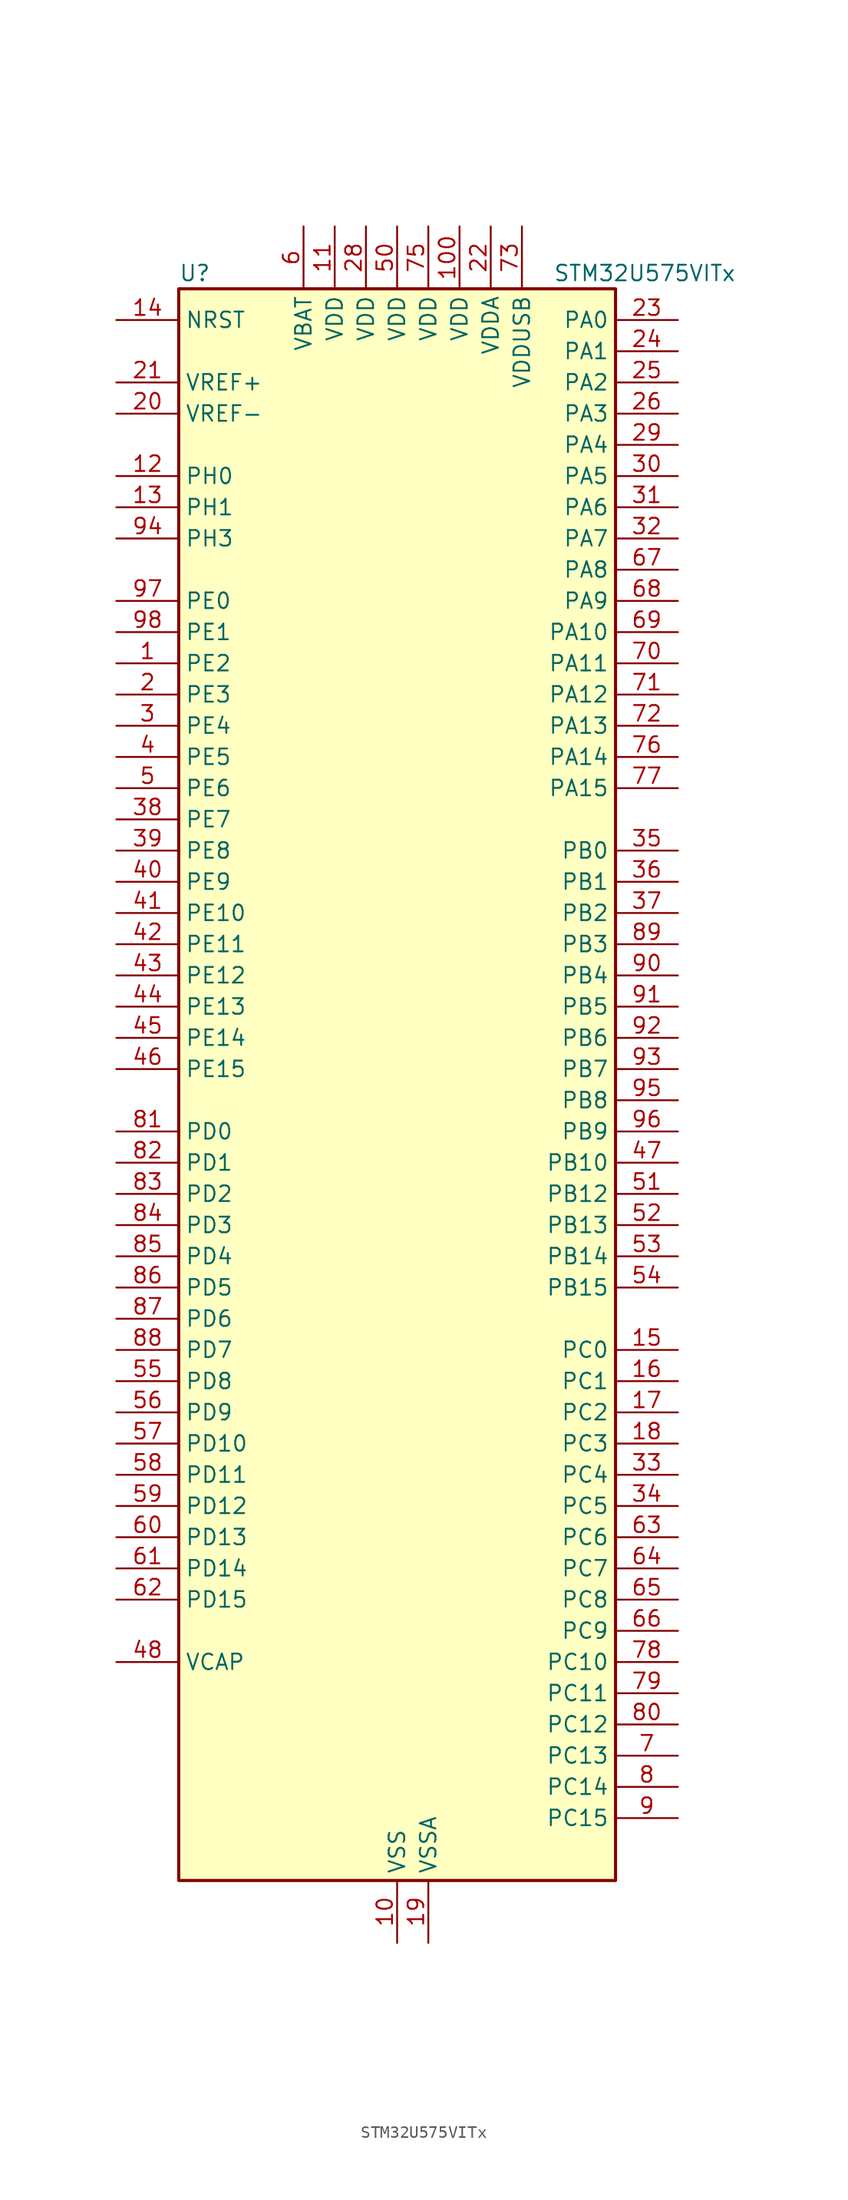
<source format=kicad_sym>
(kicad_symbol_lib
  (version 20220914)
  (generator kicad_symbol_editor)
  (symbol "STM32U575VITx"
    (property "Reference" "U"
      (at -17.78 67.31 0)
      (effects (font (size 1.27 1.27)) (justify left)))
    (property "Value" "STM32U575VITx"
      (at 12.7 67.31 0)
      (effects (font (size 1.27 1.27)) (justify left)))
    (property "ki_locked" ""
      (at 0 0 0)
      (effects (font (size 1.27 1.27))))
    (symbol "STM32U575VITx_0_1"
      (rectangle (start -17.78 -63.5) (end 17.78 66.04) (stroke (width 0.254) (type default)) (fill (type background))))
    (symbol "STM32U575VITx_1_1"
      (pin bidirectional line (at -22.86 35.56 0) (length 5.08) (name "PE2" (effects (font (size 1.27 1.27)))) (number "1" (effects (font (size 1.27 1.27)))) (alternate "DEBUG_TRACECLK" bidirectional line) (alternate "FMC_A23" bidirectional line) (alternate "SAI1_CK1" bidirectional line) (alternate "SAI1_MCLK_A" bidirectional line) (alternate "TIM3_ETR" bidirectional line) (alternate "TSC_G7_IO1" bidirectional line))
      (pin power_in line (at 0 -68.58 90) (length 5.08) (name "VSS" (effects (font (size 1.27 1.27)))) (number "10" (effects (font (size 1.27 1.27)))))
      (pin power_in line (at 5.08 71.12 270) (length 5.08) (name "VDD" (effects (font (size 1.27 1.27)))) (number "100" (effects (font (size 1.27 1.27)))))
      (pin power_in line (at -5.08 71.12 270) (length 5.08) (name "VDD" (effects (font (size 1.27 1.27)))) (number "11" (effects (font (size 1.27 1.27)))))
      (pin bidirectional line (at -22.86 50.8 0) (length 5.08) (name "PH0" (effects (font (size 1.27 1.27)))) (number "12" (effects (font (size 1.27 1.27)))) (alternate "RCC_OSC_IN" bidirectional line))
      (pin bidirectional line (at -22.86 48.26 0) (length 5.08) (name "PH1" (effects (font (size 1.27 1.27)))) (number "13" (effects (font (size 1.27 1.27)))) (alternate "RCC_OSC_OUT" bidirectional line))
      (pin input line (at -22.86 63.5 0) (length 5.08) (name "NRST" (effects (font (size 1.27 1.27)))) (number "14" (effects (font (size 1.27 1.27)))))
      (pin bidirectional line (at 22.86 -20.32 180) (length 5.08) (name "PC0" (effects (font (size 1.27 1.27)))) (number "15" (effects (font (size 1.27 1.27)))) (alternate "ADC1_IN1" bidirectional line) (alternate "ADC4_IN1" bidirectional line) (alternate "I2C3_SCL" bidirectional line) (alternate "LPTIM1_IN1" bidirectional line) (alternate "LPTIM2_IN1" bidirectional line) (alternate "LPUART1_RX" bidirectional line) (alternate "MDF1_SDI4" bidirectional line) (alternate "OCTOSPIM_P1_IO7" bidirectional line) (alternate "SAI2_FS_A" bidirectional line) (alternate "SDMMC1_D5" bidirectional line) (alternate "SPI2_RDY" bidirectional line))
      (pin bidirectional line (at 22.86 -22.86 180) (length 5.08) (name "PC1" (effects (font (size 1.27 1.27)))) (number "16" (effects (font (size 1.27 1.27)))) (alternate "ADC1_IN2" bidirectional line) (alternate "ADC4_IN2" bidirectional line) (alternate "DEBUG_TRACED0" bidirectional line) (alternate "I2C3_SDA" bidirectional line) (alternate "LPTIM1_CH1" bidirectional line) (alternate "LPUART1_TX" bidirectional line) (alternate "MDF1_CKI4" bidirectional line) (alternate "OCTOSPIM_P1_IO4" bidirectional line) (alternate "SAI1_SD_A" bidirectional line) (alternate "SDMMC2_CK" bidirectional line) (alternate "SPI2_MOSI" bidirectional line))
      (pin bidirectional line (at 22.86 -25.4 180) (length 5.08) (name "PC2" (effects (font (size 1.27 1.27)))) (number "17" (effects (font (size 1.27 1.27)))) (alternate "ADC1_IN3" bidirectional line) (alternate "ADC4_IN3" bidirectional line) (alternate "LPTIM1_IN2" bidirectional line) (alternate "MDF1_CCK1" bidirectional line) (alternate "OCTOSPIM_P1_IO5" bidirectional line) (alternate "SPI2_MISO" bidirectional line))
      (pin bidirectional line (at 22.86 -27.94 180) (length 5.08) (name "PC3" (effects (font (size 1.27 1.27)))) (number "18" (effects (font (size 1.27 1.27)))) (alternate "ADC1_IN4" bidirectional line) (alternate "ADC4_IN4" bidirectional line) (alternate "LPTIM1_ETR" bidirectional line) (alternate "LPTIM2_ETR" bidirectional line) (alternate "LPTIM3_CH1" bidirectional line) (alternate "OCTOSPIM_P1_IO6" bidirectional line) (alternate "SAI1_D1" bidirectional line) (alternate "SAI1_SD_A" bidirectional line) (alternate "SPI2_MOSI" bidirectional line))
      (pin power_in line (at 2.54 -68.58 90) (length 5.08) (name "VSSA" (effects (font (size 1.27 1.27)))) (number "19" (effects (font (size 1.27 1.27)))))
      (pin bidirectional line (at -22.86 33.02 0) (length 5.08) (name "PE3" (effects (font (size 1.27 1.27)))) (number "2" (effects (font (size 1.27 1.27)))) (alternate "DEBUG_TRACED0" bidirectional line) (alternate "FMC_A19" bidirectional line) (alternate "OCTOSPIM_P1_DQS" bidirectional line) (alternate "SAI1_SD_B" bidirectional line) (alternate "TAMP_IN6" bidirectional line) (alternate "TAMP_OUT3" bidirectional line) (alternate "TIM3_CH1" bidirectional line) (alternate "TSC_G7_IO2" bidirectional line))
      (pin input line (at -22.86 55.88 0) (length 5.08) (name "VREF-" (effects (font (size 1.27 1.27)))) (number "20" (effects (font (size 1.27 1.27)))))
      (pin input line (at -22.86 58.42 0) (length 5.08) (name "VREF+" (effects (font (size 1.27 1.27)))) (number "21" (effects (font (size 1.27 1.27)))) (alternate "VREFBUF_OUT" bidirectional line))
      (pin power_in line (at 7.62 71.12 270) (length 5.08) (name "VDDA" (effects (font (size 1.27 1.27)))) (number "22" (effects (font (size 1.27 1.27)))))
      (pin bidirectional line (at 22.86 63.5 180) (length 5.08) (name "PA0" (effects (font (size 1.27 1.27)))) (number "23" (effects (font (size 1.27 1.27)))) (alternate "ADC1_IN5" bidirectional line) (alternate "AUDIOCLK" bidirectional line) (alternate "OCTOSPIM_P2_NCS" bidirectional line) (alternate "OPAMP1_VINP" bidirectional line) (alternate "PWR_WKUP1" bidirectional line) (alternate "SDMMC2_CMD" bidirectional line) (alternate "SPI3_RDY" bidirectional line) (alternate "TAMP_IN2" bidirectional line) (alternate "TAMP_OUT1" bidirectional line) (alternate "TIM2_CH1" bidirectional line) (alternate "TIM2_ETR" bidirectional line) (alternate "TIM5_CH1" bidirectional line) (alternate "TIM8_ETR" bidirectional line) (alternate "UART4_TX" bidirectional line) (alternate "USART2_CTS" bidirectional line))
      (pin bidirectional line (at 22.86 60.96 180) (length 5.08) (name "PA1" (effects (font (size 1.27 1.27)))) (number "24" (effects (font (size 1.27 1.27)))) (alternate "ADC1_IN6" bidirectional line) (alternate "I2C1_SMBA" bidirectional line) (alternate "LPTIM1_CH2" bidirectional line) (alternate "OCTOSPIM_P1_DQS" bidirectional line) (alternate "OPAMP1_VINM" bidirectional line) (alternate "PWR_WKUP3" bidirectional line) (alternate "SPI1_SCK" bidirectional line) (alternate "TAMP_IN5" bidirectional line) (alternate "TAMP_OUT4" bidirectional line) (alternate "TIM15_CH1N" bidirectional line) (alternate "TIM2_CH2" bidirectional line) (alternate "TIM5_CH2" bidirectional line) (alternate "UART4_RX" bidirectional line) (alternate "USART2_DE" bidirectional line) (alternate "USART2_RTS" bidirectional line))
      (pin bidirectional line (at 22.86 58.42 180) (length 5.08) (name "PA2" (effects (font (size 1.27 1.27)))) (number "25" (effects (font (size 1.27 1.27)))) (alternate "ADC1_IN7" bidirectional line) (alternate "COMP1_INP" bidirectional line) (alternate "LPUART1_TX" bidirectional line) (alternate "OCTOSPIM_P1_NCS" bidirectional line) (alternate "PWR_WKUP4" bidirectional line) (alternate "RCC_LSCO" bidirectional line) (alternate "SPI1_RDY" bidirectional line) (alternate "TIM15_CH1" bidirectional line) (alternate "TIM2_CH3" bidirectional line) (alternate "TIM5_CH3" bidirectional line) (alternate "UCPD1_FRSTX1" bidirectional line) (alternate "USART2_TX" bidirectional line))
      (pin bidirectional line (at 22.86 55.88 180) (length 5.08) (name "PA3" (effects (font (size 1.27 1.27)))) (number "26" (effects (font (size 1.27 1.27)))) (alternate "ADC1_IN8" bidirectional line) (alternate "LPUART1_RX" bidirectional line) (alternate "OCTOSPIM_P1_CLK" bidirectional line) (alternate "OPAMP1_VOUT" bidirectional line) (alternate "PWR_WKUP5" bidirectional line) (alternate "SAI1_CK1" bidirectional line) (alternate "SAI1_MCLK_A" bidirectional line) (alternate "TIM15_CH2" bidirectional line) (alternate "TIM2_CH4" bidirectional line) (alternate "TIM5_CH4" bidirectional line) (alternate "USART2_RX" bidirectional line))
      (pin passive line (at 0 -68.58 90) (length 5.08) hide (name "VSS" (effects (font (size 1.27 1.27)))) (number "27" (effects (font (size 1.27 1.27)))))
      (pin power_in line (at -2.54 71.12 270) (length 5.08) (name "VDD" (effects (font (size 1.27 1.27)))) (number "28" (effects (font (size 1.27 1.27)))))
      (pin bidirectional line (at 22.86 53.34 180) (length 5.08) (name "PA4" (effects (font (size 1.27 1.27)))) (number "29" (effects (font (size 1.27 1.27)))) (alternate "ADC1_IN9" bidirectional line) (alternate "ADC4_IN9" bidirectional line) (alternate "DAC1_OUT1" bidirectional line) (alternate "DCMI_HSYNC" bidirectional line) (alternate "LPTIM2_CH1" bidirectional line) (alternate "OCTOSPIM_P1_NCS" bidirectional line) (alternate "PSSI_DE" bidirectional line) (alternate "PWR_WKUP2" bidirectional line) (alternate "SAI1_FS_B" bidirectional line) (alternate "SPI1_NSS" bidirectional line) (alternate "SPI3_NSS" bidirectional line) (alternate "USART2_CK" bidirectional line))
      (pin bidirectional line (at -22.86 30.48 0) (length 5.08) (name "PE4" (effects (font (size 1.27 1.27)))) (number "3" (effects (font (size 1.27 1.27)))) (alternate "DCMI_D4" bidirectional line) (alternate "DEBUG_TRACED1" bidirectional line) (alternate "FMC_A20" bidirectional line) (alternate "MDF1_SDI3" bidirectional line) (alternate "PSSI_D4" bidirectional line) (alternate "PWR_WKUP1" bidirectional line) (alternate "SAI1_D2" bidirectional line) (alternate "SAI1_FS_A" bidirectional line) (alternate "TAMP_IN7" bidirectional line) (alternate "TAMP_OUT8" bidirectional line) (alternate "TIM3_CH2" bidirectional line) (alternate "TSC_G7_IO3" bidirectional line))
      (pin bidirectional line (at 22.86 50.8 180) (length 5.08) (name "PA5" (effects (font (size 1.27 1.27)))) (number "30" (effects (font (size 1.27 1.27)))) (alternate "ADC1_IN10" bidirectional line) (alternate "ADC4_IN10" bidirectional line) (alternate "DAC1_OUT2" bidirectional line) (alternate "LPTIM2_ETR" bidirectional line) (alternate "PSSI_D14" bidirectional line) (alternate "PWR_CSLEEP" bidirectional line) (alternate "PWR_WKUP6" bidirectional line) (alternate "SPI1_SCK" bidirectional line) (alternate "TIM2_CH1" bidirectional line) (alternate "TIM2_ETR" bidirectional line) (alternate "TIM8_CH1N" bidirectional line) (alternate "USART3_RX" bidirectional line))
      (pin bidirectional line (at 22.86 48.26 180) (length 5.08) (name "PA6" (effects (font (size 1.27 1.27)))) (number "31" (effects (font (size 1.27 1.27)))) (alternate "ADC1_IN11" bidirectional line) (alternate "ADC4_IN11" bidirectional line) (alternate "DCMI_PIXCLK" bidirectional line) (alternate "LPUART1_CTS" bidirectional line) (alternate "OCTOSPIM_P1_IO3" bidirectional line) (alternate "OPAMP2_VINP" bidirectional line) (alternate "PSSI_PDCK" bidirectional line) (alternate "PWR_CDSTOP" bidirectional line) (alternate "PWR_WKUP7" bidirectional line) (alternate "SPI1_MISO" bidirectional line) (alternate "TIM16_CH1" bidirectional line) (alternate "TIM1_BKIN" bidirectional line) (alternate "TIM3_CH1" bidirectional line) (alternate "TIM8_BKIN" bidirectional line) (alternate "USART3_CTS" bidirectional line))
      (pin bidirectional line (at 22.86 45.72 180) (length 5.08) (name "PA7" (effects (font (size 1.27 1.27)))) (number "32" (effects (font (size 1.27 1.27)))) (alternate "ADC1_IN12" bidirectional line) (alternate "ADC4_IN20" bidirectional line) (alternate "I2C3_SCL" bidirectional line) (alternate "LPTIM2_CH2" bidirectional line) (alternate "OCTOSPIM_P1_IO2" bidirectional line) (alternate "OPAMP2_VINM" bidirectional line) (alternate "PWR_SRDSTOP" bidirectional line) (alternate "PWR_WKUP8" bidirectional line) (alternate "SPI1_MOSI" bidirectional line) (alternate "TIM17_CH1" bidirectional line) (alternate "TIM1_CH1N" bidirectional line) (alternate "TIM3_CH2" bidirectional line) (alternate "TIM8_CH1N" bidirectional line) (alternate "USART3_TX" bidirectional line))
      (pin bidirectional line (at 22.86 -30.48 180) (length 5.08) (name "PC4" (effects (font (size 1.27 1.27)))) (number "33" (effects (font (size 1.27 1.27)))) (alternate "ADC1_IN13" bidirectional line) (alternate "ADC4_IN22" bidirectional line) (alternate "COMP1_INM" bidirectional line) (alternate "OCTOSPIM_P1_IO7" bidirectional line) (alternate "USART3_TX" bidirectional line))
      (pin bidirectional line (at 22.86 -33.02 180) (length 5.08) (name "PC5" (effects (font (size 1.27 1.27)))) (number "34" (effects (font (size 1.27 1.27)))) (alternate "ADC1_IN14" bidirectional line) (alternate "ADC4_IN23" bidirectional line) (alternate "COMP1_INP" bidirectional line) (alternate "PSSI_D15" bidirectional line) (alternate "PWR_WKUP5" bidirectional line) (alternate "SAI1_D3" bidirectional line) (alternate "TAMP_IN4" bidirectional line) (alternate "TAMP_OUT5" bidirectional line) (alternate "TIM1_CH4N" bidirectional line) (alternate "USART3_RX" bidirectional line))
      (pin bidirectional line (at 22.86 20.32 180) (length 5.08) (name "PB0" (effects (font (size 1.27 1.27)))) (number "35" (effects (font (size 1.27 1.27)))) (alternate "ADC1_IN15" bidirectional line) (alternate "ADC4_IN18" bidirectional line) (alternate "AUDIOCLK" bidirectional line) (alternate "COMP1_OUT" bidirectional line) (alternate "LPTIM3_CH1" bidirectional line) (alternate "OCTOSPIM_P1_IO1" bidirectional line) (alternate "OPAMP2_VOUT" bidirectional line) (alternate "SPI1_NSS" bidirectional line) (alternate "TIM1_CH2N" bidirectional line) (alternate "TIM3_CH3" bidirectional line) (alternate "TIM8_CH2N" bidirectional line) (alternate "USART3_CK" bidirectional line))
      (pin bidirectional line (at 22.86 17.78 180) (length 5.08) (name "PB1" (effects (font (size 1.27 1.27)))) (number "36" (effects (font (size 1.27 1.27)))) (alternate "ADC1_IN16" bidirectional line) (alternate "ADC4_IN19" bidirectional line) (alternate "COMP1_INM" bidirectional line) (alternate "LPTIM2_IN1" bidirectional line) (alternate "LPTIM3_CH2" bidirectional line) (alternate "LPUART1_DE" bidirectional line) (alternate "LPUART1_RTS" bidirectional line) (alternate "MDF1_SDI0" bidirectional line) (alternate "OCTOSPIM_P1_IO0" bidirectional line) (alternate "PWR_WKUP4" bidirectional line) (alternate "TIM1_CH3N" bidirectional line) (alternate "TIM3_CH4" bidirectional line) (alternate "TIM8_CH3N" bidirectional line) (alternate "USART3_DE" bidirectional line) (alternate "USART3_RTS" bidirectional line))
      (pin bidirectional line (at 22.86 15.24 180) (length 5.08) (name "PB2" (effects (font (size 1.27 1.27)))) (number "37" (effects (font (size 1.27 1.27)))) (alternate "ADC1_IN17" bidirectional line) (alternate "COMP1_INP" bidirectional line) (alternate "I2C3_SMBA" bidirectional line) (alternate "LPTIM1_CH1" bidirectional line) (alternate "MDF1_CKI0" bidirectional line) (alternate "OCTOSPIM_P1_DQS" bidirectional line) (alternate "PWR_WKUP1" bidirectional line) (alternate "RTC_OUT2" bidirectional line) (alternate "SPI1_RDY" bidirectional line) (alternate "TIM8_CH4N" bidirectional line) (alternate "UCPD1_FRSTX1" bidirectional line))
      (pin bidirectional line (at -22.86 22.86 0) (length 5.08) (name "PE7" (effects (font (size 1.27 1.27)))) (number "38" (effects (font (size 1.27 1.27)))) (alternate "FMC_D4" bidirectional line) (alternate "FMC_DA4" bidirectional line) (alternate "MDF1_SDI2" bidirectional line) (alternate "PWR_WKUP6" bidirectional line) (alternate "SAI1_SD_B" bidirectional line) (alternate "TIM1_ETR" bidirectional line))
      (pin bidirectional line (at -22.86 20.32 0) (length 5.08) (name "PE8" (effects (font (size 1.27 1.27)))) (number "39" (effects (font (size 1.27 1.27)))) (alternate "FMC_D5" bidirectional line) (alternate "FMC_DA5" bidirectional line) (alternate "MDF1_CKI2" bidirectional line) (alternate "PWR_WKUP7" bidirectional line) (alternate "SAI1_SCK_B" bidirectional line) (alternate "TIM1_CH1N" bidirectional line))
      (pin bidirectional line (at -22.86 27.94 0) (length 5.08) (name "PE5" (effects (font (size 1.27 1.27)))) (number "4" (effects (font (size 1.27 1.27)))) (alternate "DCMI_D6" bidirectional line) (alternate "DEBUG_TRACED2" bidirectional line) (alternate "FMC_A21" bidirectional line) (alternate "MDF1_CKI3" bidirectional line) (alternate "PSSI_D6" bidirectional line) (alternate "PWR_WKUP2" bidirectional line) (alternate "SAI1_CK2" bidirectional line) (alternate "SAI1_SCK_A" bidirectional line) (alternate "TAMP_IN8" bidirectional line) (alternate "TAMP_OUT7" bidirectional line) (alternate "TIM3_CH3" bidirectional line) (alternate "TSC_G7_IO4" bidirectional line))
      (pin bidirectional line (at -22.86 17.78 0) (length 5.08) (name "PE9" (effects (font (size 1.27 1.27)))) (number "40" (effects (font (size 1.27 1.27)))) (alternate "ADF1_CCK0" bidirectional line) (alternate "DAC1_EXTI9" bidirectional line) (alternate "FMC_D6" bidirectional line) (alternate "FMC_DA6" bidirectional line) (alternate "MDF1_CCK0" bidirectional line) (alternate "OCTOSPIM_P1_NCLK" bidirectional line) (alternate "SAI1_FS_B" bidirectional line) (alternate "TIM1_CH1" bidirectional line))
      (pin bidirectional line (at -22.86 15.24 0) (length 5.08) (name "PE10" (effects (font (size 1.27 1.27)))) (number "41" (effects (font (size 1.27 1.27)))) (alternate "ADF1_SDI0" bidirectional line) (alternate "FMC_D7" bidirectional line) (alternate "FMC_DA7" bidirectional line) (alternate "MDF1_SDI4" bidirectional line) (alternate "OCTOSPIM_P1_CLK" bidirectional line) (alternate "SAI1_MCLK_B" bidirectional line) (alternate "TIM1_CH2N" bidirectional line) (alternate "TSC_G5_IO1" bidirectional line))
      (pin bidirectional line (at -22.86 12.7 0) (length 5.08) (name "PE11" (effects (font (size 1.27 1.27)))) (number "42" (effects (font (size 1.27 1.27)))) (alternate "ADC1_EXTI11" bidirectional line) (alternate "FMC_D8" bidirectional line) (alternate "FMC_DA8" bidirectional line) (alternate "MDF1_CKI4" bidirectional line) (alternate "OCTOSPIM_P1_NCS" bidirectional line) (alternate "SPI1_RDY" bidirectional line) (alternate "TIM1_CH2" bidirectional line) (alternate "TSC_G5_IO2" bidirectional line))
      (pin bidirectional line (at -22.86 10.16 0) (length 5.08) (name "PE12" (effects (font (size 1.27 1.27)))) (number "43" (effects (font (size 1.27 1.27)))) (alternate "FMC_D9" bidirectional line) (alternate "FMC_DA9" bidirectional line) (alternate "MDF1_SDI5" bidirectional line) (alternate "OCTOSPIM_P1_IO0" bidirectional line) (alternate "SPI1_NSS" bidirectional line) (alternate "TIM1_CH3N" bidirectional line) (alternate "TSC_G5_IO3" bidirectional line))
      (pin bidirectional line (at -22.86 7.62 0) (length 5.08) (name "PE13" (effects (font (size 1.27 1.27)))) (number "44" (effects (font (size 1.27 1.27)))) (alternate "FMC_D10" bidirectional line) (alternate "FMC_DA10" bidirectional line) (alternate "MDF1_CKI5" bidirectional line) (alternate "OCTOSPIM_P1_IO1" bidirectional line) (alternate "SPI1_SCK" bidirectional line) (alternate "TIM1_CH3" bidirectional line) (alternate "TSC_G5_IO4" bidirectional line))
      (pin bidirectional line (at -22.86 5.08 0) (length 5.08) (name "PE14" (effects (font (size 1.27 1.27)))) (number "45" (effects (font (size 1.27 1.27)))) (alternate "FMC_D11" bidirectional line) (alternate "FMC_DA11" bidirectional line) (alternate "OCTOSPIM_P1_IO2" bidirectional line) (alternate "SPI1_MISO" bidirectional line) (alternate "TIM1_BKIN2" bidirectional line) (alternate "TIM1_CH4" bidirectional line))
      (pin bidirectional line (at -22.86 2.54 0) (length 5.08) (name "PE15" (effects (font (size 1.27 1.27)))) (number "46" (effects (font (size 1.27 1.27)))) (alternate "ADC1_EXTI15" bidirectional line) (alternate "ADC4_EXTI15" bidirectional line) (alternate "FMC_D12" bidirectional line) (alternate "FMC_DA12" bidirectional line) (alternate "OCTOSPIM_P1_IO3" bidirectional line) (alternate "SPI1_MOSI" bidirectional line) (alternate "TIM1_BKIN" bidirectional line) (alternate "TIM1_CH4N" bidirectional line))
      (pin bidirectional line (at 22.86 -5.08 180) (length 5.08) (name "PB10" (effects (font (size 1.27 1.27)))) (number "47" (effects (font (size 1.27 1.27)))) (alternate "COMP1_OUT" bidirectional line) (alternate "I2C2_SCL" bidirectional line) (alternate "I2C4_SCL" bidirectional line) (alternate "LPTIM3_CH1" bidirectional line) (alternate "LPUART1_RX" bidirectional line) (alternate "OCTOSPIM_P1_CLK" bidirectional line) (alternate "PWR_WKUP8" bidirectional line) (alternate "SAI1_SCK_A" bidirectional line) (alternate "SPI2_SCK" bidirectional line) (alternate "TIM2_CH3" bidirectional line) (alternate "TSC_SYNC" bidirectional line) (alternate "USART3_TX" bidirectional line))
      (pin power_out line (at -22.86 -45.72 0) (length 5.08) (name "VCAP" (effects (font (size 1.27 1.27)))) (number "48" (effects (font (size 1.27 1.27)))))
      (pin passive line (at 0 -68.58 90) (length 5.08) hide (name "VSS" (effects (font (size 1.27 1.27)))) (number "49" (effects (font (size 1.27 1.27)))))
      (pin bidirectional line (at -22.86 25.4 0) (length 5.08) (name "PE6" (effects (font (size 1.27 1.27)))) (number "5" (effects (font (size 1.27 1.27)))) (alternate "DCMI_D7" bidirectional line) (alternate "DEBUG_TRACED3" bidirectional line) (alternate "FMC_A22" bidirectional line) (alternate "PSSI_D7" bidirectional line) (alternate "PWR_WKUP3" bidirectional line) (alternate "SAI1_D1" bidirectional line) (alternate "SAI1_SD_A" bidirectional line) (alternate "TAMP_IN3" bidirectional line) (alternate "TAMP_OUT6" bidirectional line) (alternate "TIM3_CH4" bidirectional line))
      (pin power_in line (at 0 71.12 270) (length 5.08) (name "VDD" (effects (font (size 1.27 1.27)))) (number "50" (effects (font (size 1.27 1.27)))))
      (pin bidirectional line (at 22.86 -7.62 180) (length 5.08) (name "PB12" (effects (font (size 1.27 1.27)))) (number "51" (effects (font (size 1.27 1.27)))) (alternate "I2C2_SMBA" bidirectional line) (alternate "LPUART1_DE" bidirectional line) (alternate "LPUART1_RTS" bidirectional line) (alternate "MDF1_SDI1" bidirectional line) (alternate "OCTOSPIM_P1_NCLK" bidirectional line) (alternate "SAI2_FS_A" bidirectional line) (alternate "SPI2_NSS" bidirectional line) (alternate "TIM15_BKIN" bidirectional line) (alternate "TIM1_BKIN" bidirectional line) (alternate "TSC_G1_IO1" bidirectional line) (alternate "USART3_CK" bidirectional line))
      (pin bidirectional line (at 22.86 -10.16 180) (length 5.08) (name "PB13" (effects (font (size 1.27 1.27)))) (number "52" (effects (font (size 1.27 1.27)))) (alternate "I2C2_SCL" bidirectional line) (alternate "LPTIM3_IN1" bidirectional line) (alternate "LPUART1_CTS" bidirectional line) (alternate "MDF1_CKI1" bidirectional line) (alternate "SAI2_SCK_A" bidirectional line) (alternate "SPI2_SCK" bidirectional line) (alternate "TIM15_CH1N" bidirectional line) (alternate "TIM1_CH1N" bidirectional line) (alternate "TSC_G1_IO2" bidirectional line) (alternate "USART3_CTS" bidirectional line))
      (pin bidirectional line (at 22.86 -12.7 180) (length 5.08) (name "PB14" (effects (font (size 1.27 1.27)))) (number "53" (effects (font (size 1.27 1.27)))) (alternate "I2C2_SDA" bidirectional line) (alternate "LPTIM3_ETR" bidirectional line) (alternate "MDF1_SDI2" bidirectional line) (alternate "SAI2_MCLK_A" bidirectional line) (alternate "SDMMC2_D0" bidirectional line) (alternate "SPI2_MISO" bidirectional line) (alternate "TIM15_CH1" bidirectional line) (alternate "TIM1_CH2N" bidirectional line) (alternate "TIM8_CH2N" bidirectional line) (alternate "TSC_G1_IO3" bidirectional line) (alternate "UCPD1_DBCC2" bidirectional line) (alternate "USART3_DE" bidirectional line) (alternate "USART3_RTS" bidirectional line))
      (pin bidirectional line (at 22.86 -15.24 180) (length 5.08) (name "PB15" (effects (font (size 1.27 1.27)))) (number "54" (effects (font (size 1.27 1.27)))) (alternate "ADC1_EXTI15" bidirectional line) (alternate "ADC4_EXTI15" bidirectional line) (alternate "FMC_NBL1" bidirectional line) (alternate "LPTIM2_IN2" bidirectional line) (alternate "MDF1_CKI2" bidirectional line) (alternate "PWR_WKUP7" bidirectional line) (alternate "RTC_REFIN" bidirectional line) (alternate "SAI2_SD_A" bidirectional line) (alternate "SDMMC2_D1" bidirectional line) (alternate "SPI2_MOSI" bidirectional line) (alternate "TIM15_CH2" bidirectional line) (alternate "TIM1_CH3N" bidirectional line) (alternate "TIM8_CH3N" bidirectional line) (alternate "UCPD1_CC2" bidirectional line))
      (pin bidirectional line (at -22.86 -22.86 0) (length 5.08) (name "PD8" (effects (font (size 1.27 1.27)))) (number "55" (effects (font (size 1.27 1.27)))) (alternate "DCMI_HSYNC" bidirectional line) (alternate "FMC_D13" bidirectional line) (alternate "FMC_DA13" bidirectional line) (alternate "PSSI_DE" bidirectional line) (alternate "USART3_TX" bidirectional line))
      (pin bidirectional line (at -22.86 -25.4 0) (length 5.08) (name "PD9" (effects (font (size 1.27 1.27)))) (number "56" (effects (font (size 1.27 1.27)))) (alternate "DAC1_EXTI9" bidirectional line) (alternate "DCMI_PIXCLK" bidirectional line) (alternate "FMC_D14" bidirectional line) (alternate "FMC_DA14" bidirectional line) (alternate "LPTIM2_IN2" bidirectional line) (alternate "LPTIM3_IN1" bidirectional line) (alternate "PSSI_PDCK" bidirectional line) (alternate "SAI2_MCLK_A" bidirectional line) (alternate "USART3_RX" bidirectional line))
      (pin bidirectional line (at -22.86 -27.94 0) (length 5.08) (name "PD10" (effects (font (size 1.27 1.27)))) (number "57" (effects (font (size 1.27 1.27)))) (alternate "FMC_D15" bidirectional line) (alternate "FMC_DA15" bidirectional line) (alternate "LPTIM2_CH2" bidirectional line) (alternate "LPTIM3_ETR" bidirectional line) (alternate "SAI2_SCK_A" bidirectional line) (alternate "TSC_G6_IO1" bidirectional line) (alternate "USART3_CK" bidirectional line))
      (pin bidirectional line (at -22.86 -30.48 0) (length 5.08) (name "PD11" (effects (font (size 1.27 1.27)))) (number "58" (effects (font (size 1.27 1.27)))) (alternate "ADC1_EXTI11" bidirectional line) (alternate "ADC4_IN15" bidirectional line) (alternate "FMC_A16" bidirectional line) (alternate "FMC_CLE" bidirectional line) (alternate "I2C4_SMBA" bidirectional line) (alternate "LPTIM2_ETR" bidirectional line) (alternate "SAI2_SD_A" bidirectional line) (alternate "TSC_G6_IO2" bidirectional line) (alternate "USART3_CTS" bidirectional line))
      (pin bidirectional line (at -22.86 -33.02 0) (length 5.08) (name "PD12" (effects (font (size 1.27 1.27)))) (number "59" (effects (font (size 1.27 1.27)))) (alternate "ADC4_IN16" bidirectional line) (alternate "FMC_A17" bidirectional line) (alternate "FMC_ALE" bidirectional line) (alternate "I2C4_SCL" bidirectional line) (alternate "LPTIM2_IN1" bidirectional line) (alternate "SAI2_FS_A" bidirectional line) (alternate "TIM4_CH1" bidirectional line) (alternate "TSC_G6_IO3" bidirectional line) (alternate "USART3_DE" bidirectional line) (alternate "USART3_RTS" bidirectional line))
      (pin power_in line (at -7.62 71.12 270) (length 5.08) (name "VBAT" (effects (font (size 1.27 1.27)))) (number "6" (effects (font (size 1.27 1.27)))))
      (pin bidirectional line (at -22.86 -35.56 0) (length 5.08) (name "PD13" (effects (font (size 1.27 1.27)))) (number "60" (effects (font (size 1.27 1.27)))) (alternate "ADC4_IN17" bidirectional line) (alternate "FMC_A18" bidirectional line) (alternate "I2C4_SDA" bidirectional line) (alternate "LPTIM2_CH1" bidirectional line) (alternate "LPTIM4_IN1" bidirectional line) (alternate "TIM4_CH2" bidirectional line) (alternate "TSC_G6_IO4" bidirectional line))
      (pin bidirectional line (at -22.86 -38.1 0) (length 5.08) (name "PD14" (effects (font (size 1.27 1.27)))) (number "61" (effects (font (size 1.27 1.27)))) (alternate "FMC_D0" bidirectional line) (alternate "FMC_DA0" bidirectional line) (alternate "LPTIM3_CH1" bidirectional line) (alternate "TIM4_CH3" bidirectional line))
      (pin bidirectional line (at -22.86 -40.64 0) (length 5.08) (name "PD15" (effects (font (size 1.27 1.27)))) (number "62" (effects (font (size 1.27 1.27)))) (alternate "ADC1_EXTI15" bidirectional line) (alternate "ADC4_EXTI15" bidirectional line) (alternate "FMC_D1" bidirectional line) (alternate "FMC_DA1" bidirectional line) (alternate "LPTIM3_CH2" bidirectional line) (alternate "TIM4_CH4" bidirectional line))
      (pin bidirectional line (at 22.86 -35.56 180) (length 5.08) (name "PC6" (effects (font (size 1.27 1.27)))) (number "63" (effects (font (size 1.27 1.27)))) (alternate "DCMI_D0" bidirectional line) (alternate "MDF1_CKI3" bidirectional line) (alternate "PSSI_D0" bidirectional line) (alternate "PWR_CSLEEP" bidirectional line) (alternate "SAI2_MCLK_A" bidirectional line) (alternate "SDMMC1_D0DIR" bidirectional line) (alternate "SDMMC1_D6" bidirectional line) (alternate "SDMMC2_D6" bidirectional line) (alternate "TIM3_CH1" bidirectional line) (alternate "TIM8_CH1" bidirectional line) (alternate "TSC_G4_IO1" bidirectional line))
      (pin bidirectional line (at 22.86 -38.1 180) (length 5.08) (name "PC7" (effects (font (size 1.27 1.27)))) (number "64" (effects (font (size 1.27 1.27)))) (alternate "DCMI_D1" bidirectional line) (alternate "LPTIM2_CH2" bidirectional line) (alternate "MDF1_SDI3" bidirectional line) (alternate "PSSI_D1" bidirectional line) (alternate "PWR_CDSTOP" bidirectional line) (alternate "SAI2_MCLK_B" bidirectional line) (alternate "SDMMC1_D123DIR" bidirectional line) (alternate "SDMMC1_D7" bidirectional line) (alternate "SDMMC2_D7" bidirectional line) (alternate "TIM3_CH2" bidirectional line) (alternate "TIM8_CH2" bidirectional line) (alternate "TSC_G4_IO2" bidirectional line))
      (pin bidirectional line (at 22.86 -40.64 180) (length 5.08) (name "PC8" (effects (font (size 1.27 1.27)))) (number "65" (effects (font (size 1.27 1.27)))) (alternate "DCMI_D2" bidirectional line) (alternate "LPTIM3_CH1" bidirectional line) (alternate "PSSI_D2" bidirectional line) (alternate "PWR_SRDSTOP" bidirectional line) (alternate "SDMMC1_D0" bidirectional line) (alternate "TIM3_CH3" bidirectional line) (alternate "TIM8_CH3" bidirectional line) (alternate "TSC_G4_IO3" bidirectional line))
      (pin bidirectional line (at 22.86 -43.18 180) (length 5.08) (name "PC9" (effects (font (size 1.27 1.27)))) (number "66" (effects (font (size 1.27 1.27)))) (alternate "DAC1_EXTI9" bidirectional line) (alternate "DCMI_D3" bidirectional line) (alternate "DEBUG_TRACED0" bidirectional line) (alternate "LPTIM3_CH2" bidirectional line) (alternate "PSSI_D3" bidirectional line) (alternate "SDMMC1_D1" bidirectional line) (alternate "TIM3_CH4" bidirectional line) (alternate "TIM8_BKIN2" bidirectional line) (alternate "TIM8_CH4" bidirectional line) (alternate "TSC_G4_IO4" bidirectional line) (alternate "USB_OTG_FS_NOE" bidirectional line))
      (pin bidirectional line (at 22.86 43.18 180) (length 5.08) (name "PA8" (effects (font (size 1.27 1.27)))) (number "67" (effects (font (size 1.27 1.27)))) (alternate "DEBUG_TRACECLK" bidirectional line) (alternate "LPTIM2_CH1" bidirectional line) (alternate "RCC_MCO" bidirectional line) (alternate "SAI1_CK2" bidirectional line) (alternate "SAI1_SCK_A" bidirectional line) (alternate "SPI1_RDY" bidirectional line) (alternate "TIM1_CH1" bidirectional line) (alternate "USART1_CK" bidirectional line) (alternate "USB_OTG_FS_SOF" bidirectional line))
      (pin bidirectional line (at 22.86 40.64 180) (length 5.08) (name "PA9" (effects (font (size 1.27 1.27)))) (number "68" (effects (font (size 1.27 1.27)))) (alternate "DAC1_EXTI9" bidirectional line) (alternate "DCMI_D0" bidirectional line) (alternate "PSSI_D0" bidirectional line) (alternate "SAI1_FS_A" bidirectional line) (alternate "SPI2_SCK" bidirectional line) (alternate "TIM15_BKIN" bidirectional line) (alternate "TIM1_CH2" bidirectional line) (alternate "USART1_TX" bidirectional line) (alternate "USB_OTG_FS_VBUS" bidirectional line))
      (pin bidirectional line (at 22.86 38.1 180) (length 5.08) (name "PA10" (effects (font (size 1.27 1.27)))) (number "69" (effects (font (size 1.27 1.27)))) (alternate "CRS_SYNC" bidirectional line) (alternate "DCMI_D1" bidirectional line) (alternate "LPTIM2_IN2" bidirectional line) (alternate "PSSI_D1" bidirectional line) (alternate "SAI1_D1" bidirectional line) (alternate "SAI1_SD_A" bidirectional line) (alternate "TIM17_BKIN" bidirectional line) (alternate "TIM1_CH3" bidirectional line) (alternate "USART1_RX" bidirectional line) (alternate "USB_OTG_FS_ID" bidirectional line))
      (pin bidirectional line (at 22.86 -53.34 180) (length 5.08) (name "PC13" (effects (font (size 1.27 1.27)))) (number "7" (effects (font (size 1.27 1.27)))) (alternate "PWR_WKUP2" bidirectional line) (alternate "RTC_OUT1" bidirectional line) (alternate "RTC_TS" bidirectional line) (alternate "TAMP_IN1" bidirectional line) (alternate "TAMP_OUT2" bidirectional line))
      (pin bidirectional line (at 22.86 35.56 180) (length 5.08) (name "PA11" (effects (font (size 1.27 1.27)))) (number "70" (effects (font (size 1.27 1.27)))) (alternate "ADC1_EXTI11" bidirectional line) (alternate "FDCAN1_RX" bidirectional line) (alternate "SPI1_MISO" bidirectional line) (alternate "TIM1_BKIN2" bidirectional line) (alternate "TIM1_CH4" bidirectional line) (alternate "USART1_CTS" bidirectional line) (alternate "USB_OTG_FS_DM" bidirectional line))
      (pin bidirectional line (at 22.86 33.02 180) (length 5.08) (name "PA12" (effects (font (size 1.27 1.27)))) (number "71" (effects (font (size 1.27 1.27)))) (alternate "FDCAN1_TX" bidirectional line) (alternate "OCTOSPIM_P2_NCS" bidirectional line) (alternate "SPI1_MOSI" bidirectional line) (alternate "TIM1_ETR" bidirectional line) (alternate "USART1_DE" bidirectional line) (alternate "USART1_RTS" bidirectional line) (alternate "USB_OTG_FS_DP" bidirectional line))
      (pin bidirectional line (at 22.86 30.48 180) (length 5.08) (name "PA13" (effects (font (size 1.27 1.27)))) (number "72" (effects (font (size 1.27 1.27)))) (alternate "DEBUG_JTMS-SWDIO" bidirectional line) (alternate "IR_OUT" bidirectional line) (alternate "SAI1_SD_B" bidirectional line) (alternate "USB_OTG_FS_NOE" bidirectional line))
      (pin power_in line (at 10.16 71.12 270) (length 5.08) (name "VDDUSB" (effects (font (size 1.27 1.27)))) (number "73" (effects (font (size 1.27 1.27)))))
      (pin passive line (at 0 -68.58 90) (length 5.08) hide (name "VSS" (effects (font (size 1.27 1.27)))) (number "74" (effects (font (size 1.27 1.27)))))
      (pin power_in line (at 2.54 71.12 270) (length 5.08) (name "VDD" (effects (font (size 1.27 1.27)))) (number "75" (effects (font (size 1.27 1.27)))))
      (pin bidirectional line (at 22.86 27.94 180) (length 5.08) (name "PA14" (effects (font (size 1.27 1.27)))) (number "76" (effects (font (size 1.27 1.27)))) (alternate "DEBUG_JTCK-SWCLK" bidirectional line) (alternate "I2C1_SMBA" bidirectional line) (alternate "I2C4_SMBA" bidirectional line) (alternate "LPTIM1_CH1" bidirectional line) (alternate "SAI1_FS_B" bidirectional line) (alternate "USB_OTG_FS_SOF" bidirectional line))
      (pin bidirectional line (at 22.86 25.4 180) (length 5.08) (name "PA15" (effects (font (size 1.27 1.27)))) (number "77" (effects (font (size 1.27 1.27)))) (alternate "ADC1_EXTI15" bidirectional line) (alternate "ADC4_EXTI15" bidirectional line) (alternate "DEBUG_JTDI" bidirectional line) (alternate "SAI2_FS_B" bidirectional line) (alternate "SPI1_NSS" bidirectional line) (alternate "SPI3_NSS" bidirectional line) (alternate "TIM2_CH1" bidirectional line) (alternate "TIM2_ETR" bidirectional line) (alternate "UART4_DE" bidirectional line) (alternate "UART4_RTS" bidirectional line) (alternate "UCPD1_CC1" bidirectional line) (alternate "USART2_RX" bidirectional line) (alternate "USART3_DE" bidirectional line) (alternate "USART3_RTS" bidirectional line))
      (pin bidirectional line (at 22.86 -45.72 180) (length 5.08) (name "PC10" (effects (font (size 1.27 1.27)))) (number "78" (effects (font (size 1.27 1.27)))) (alternate "ADF1_CCK1" bidirectional line) (alternate "DCMI_D8" bidirectional line) (alternate "DEBUG_TRACED1" bidirectional line) (alternate "LPTIM3_ETR" bidirectional line) (alternate "PSSI_D8" bidirectional line) (alternate "SAI2_SCK_B" bidirectional line) (alternate "SDMMC1_D2" bidirectional line) (alternate "SPI3_SCK" bidirectional line) (alternate "TSC_G3_IO2" bidirectional line) (alternate "UART4_TX" bidirectional line) (alternate "USART3_TX" bidirectional line))
      (pin bidirectional line (at 22.86 -48.26 180) (length 5.08) (name "PC11" (effects (font (size 1.27 1.27)))) (number "79" (effects (font (size 1.27 1.27)))) (alternate "ADC1_EXTI11" bidirectional line) (alternate "ADF1_SDI0" bidirectional line) (alternate "DCMI_D2" bidirectional line) (alternate "DCMI_D4" bidirectional line) (alternate "LPTIM3_IN1" bidirectional line) (alternate "OCTOSPIM_P1_NCS" bidirectional line) (alternate "PSSI_D2" bidirectional line) (alternate "PSSI_D4" bidirectional line) (alternate "SAI2_MCLK_B" bidirectional line) (alternate "SDMMC1_D3" bidirectional line) (alternate "SPI3_MISO" bidirectional line) (alternate "TSC_G3_IO3" bidirectional line) (alternate "UART4_RX" bidirectional line) (alternate "UCPD1_FRSTX2" bidirectional line) (alternate "USART3_RX" bidirectional line))
      (pin bidirectional line (at 22.86 -55.88 180) (length 5.08) (name "PC14" (effects (font (size 1.27 1.27)))) (number "8" (effects (font (size 1.27 1.27)))) (alternate "RCC_OSC32_IN" bidirectional line))
      (pin bidirectional line (at 22.86 -50.8 180) (length 5.08) (name "PC12" (effects (font (size 1.27 1.27)))) (number "80" (effects (font (size 1.27 1.27)))) (alternate "DCMI_D9" bidirectional line) (alternate "DEBUG_TRACED3" bidirectional line) (alternate "PSSI_D9" bidirectional line) (alternate "SAI2_SD_B" bidirectional line) (alternate "SDMMC1_CK" bidirectional line) (alternate "SPI3_MOSI" bidirectional line) (alternate "TSC_G3_IO4" bidirectional line) (alternate "UART5_TX" bidirectional line) (alternate "USART3_CK" bidirectional line))
      (pin bidirectional line (at -22.86 -2.54 0) (length 5.08) (name "PD0" (effects (font (size 1.27 1.27)))) (number "81" (effects (font (size 1.27 1.27)))) (alternate "FDCAN1_RX" bidirectional line) (alternate "FMC_D2" bidirectional line) (alternate "FMC_DA2" bidirectional line) (alternate "SPI2_NSS" bidirectional line) (alternate "TIM8_CH4N" bidirectional line))
      (pin bidirectional line (at -22.86 -5.08 0) (length 5.08) (name "PD1" (effects (font (size 1.27 1.27)))) (number "82" (effects (font (size 1.27 1.27)))) (alternate "FDCAN1_TX" bidirectional line) (alternate "FMC_D3" bidirectional line) (alternate "FMC_DA3" bidirectional line) (alternate "SPI2_SCK" bidirectional line))
      (pin bidirectional line (at -22.86 -7.62 0) (length 5.08) (name "PD2" (effects (font (size 1.27 1.27)))) (number "83" (effects (font (size 1.27 1.27)))) (alternate "DCMI_D11" bidirectional line) (alternate "DEBUG_TRACED2" bidirectional line) (alternate "LPTIM4_ETR" bidirectional line) (alternate "PSSI_D11" bidirectional line) (alternate "SDMMC1_CMD" bidirectional line) (alternate "TIM3_ETR" bidirectional line) (alternate "TSC_SYNC" bidirectional line) (alternate "UART5_RX" bidirectional line) (alternate "USART3_DE" bidirectional line) (alternate "USART3_RTS" bidirectional line))
      (pin bidirectional line (at -22.86 -10.16 0) (length 5.08) (name "PD3" (effects (font (size 1.27 1.27)))) (number "84" (effects (font (size 1.27 1.27)))) (alternate "DCMI_D5" bidirectional line) (alternate "FMC_CLK" bidirectional line) (alternate "MDF1_SDI0" bidirectional line) (alternate "OCTOSPIM_P2_NCS" bidirectional line) (alternate "PSSI_D5" bidirectional line) (alternate "SPI2_MISO" bidirectional line) (alternate "SPI2_SCK" bidirectional line) (alternate "USART2_CTS" bidirectional line))
      (pin bidirectional line (at -22.86 -12.7 0) (length 5.08) (name "PD4" (effects (font (size 1.27 1.27)))) (number "85" (effects (font (size 1.27 1.27)))) (alternate "FMC_NOE" bidirectional line) (alternate "MDF1_CKI0" bidirectional line) (alternate "OCTOSPIM_P1_IO4" bidirectional line) (alternate "SPI2_MOSI" bidirectional line) (alternate "USART2_DE" bidirectional line) (alternate "USART2_RTS" bidirectional line))
      (pin bidirectional line (at -22.86 -15.24 0) (length 5.08) (name "PD5" (effects (font (size 1.27 1.27)))) (number "86" (effects (font (size 1.27 1.27)))) (alternate "FMC_NWE" bidirectional line) (alternate "OCTOSPIM_P1_IO5" bidirectional line) (alternate "SPI2_RDY" bidirectional line) (alternate "USART2_TX" bidirectional line))
      (pin bidirectional line (at -22.86 -17.78 0) (length 5.08) (name "PD6" (effects (font (size 1.27 1.27)))) (number "87" (effects (font (size 1.27 1.27)))) (alternate "DCMI_D10" bidirectional line) (alternate "FMC_NWAIT" bidirectional line) (alternate "MDF1_SDI1" bidirectional line) (alternate "OCTOSPIM_P1_IO6" bidirectional line) (alternate "PSSI_D10" bidirectional line) (alternate "SAI1_D1" bidirectional line) (alternate "SAI1_SD_A" bidirectional line) (alternate "SDMMC2_CK" bidirectional line) (alternate "SPI3_MOSI" bidirectional line) (alternate "USART2_RX" bidirectional line))
      (pin bidirectional line (at -22.86 -20.32 0) (length 5.08) (name "PD7" (effects (font (size 1.27 1.27)))) (number "88" (effects (font (size 1.27 1.27)))) (alternate "FMC_NCE" bidirectional line) (alternate "FMC_NE1" bidirectional line) (alternate "LPTIM4_OUT" bidirectional line) (alternate "MDF1_CKI1" bidirectional line) (alternate "OCTOSPIM_P1_IO7" bidirectional line) (alternate "SDMMC2_CMD" bidirectional line) (alternate "USART2_CK" bidirectional line))
      (pin bidirectional line (at 22.86 12.7 180) (length 5.08) (name "PB3" (effects (font (size 1.27 1.27)))) (number "89" (effects (font (size 1.27 1.27)))) (alternate "ADF1_CCK0" bidirectional line) (alternate "COMP2_INM" bidirectional line) (alternate "CRS_SYNC" bidirectional line) (alternate "DEBUG_JTDO-SWO" bidirectional line) (alternate "I2C1_SDA" bidirectional line) (alternate "LPTIM1_CH1" bidirectional line) (alternate "SAI1_SCK_B" bidirectional line) (alternate "SDMMC2_D2" bidirectional line) (alternate "SPI1_SCK" bidirectional line) (alternate "SPI3_SCK" bidirectional line) (alternate "TIM2_CH2" bidirectional line) (alternate "USART1_DE" bidirectional line) (alternate "USART1_RTS" bidirectional line))
      (pin bidirectional line (at 22.86 -58.42 180) (length 5.08) (name "PC15" (effects (font (size 1.27 1.27)))) (number "9" (effects (font (size 1.27 1.27)))) (alternate "ADC1_EXTI15" bidirectional line) (alternate "ADC4_EXTI15" bidirectional line) (alternate "RCC_OSC32_OUT" bidirectional line))
      (pin bidirectional line (at 22.86 10.16 180) (length 5.08) (name "PB4" (effects (font (size 1.27 1.27)))) (number "90" (effects (font (size 1.27 1.27)))) (alternate "ADF1_SDI0" bidirectional line) (alternate "COMP2_INP" bidirectional line) (alternate "DCMI_D12" bidirectional line) (alternate "DEBUG_JTRST" bidirectional line) (alternate "I2C3_SDA" bidirectional line) (alternate "LPTIM1_CH2" bidirectional line) (alternate "PSSI_D12" bidirectional line) (alternate "SAI1_MCLK_B" bidirectional line) (alternate "SDMMC2_D3" bidirectional line) (alternate "SPI1_MISO" bidirectional line) (alternate "SPI3_MISO" bidirectional line) (alternate "TIM17_BKIN" bidirectional line) (alternate "TIM3_CH1" bidirectional line) (alternate "TSC_G2_IO1" bidirectional line) (alternate "UART5_DE" bidirectional line) (alternate "UART5_RTS" bidirectional line) (alternate "USART1_CTS" bidirectional line))
      (pin bidirectional line (at 22.86 7.62 180) (length 5.08) (name "PB5" (effects (font (size 1.27 1.27)))) (number "91" (effects (font (size 1.27 1.27)))) (alternate "COMP2_OUT" bidirectional line) (alternate "DCMI_D10" bidirectional line) (alternate "I2C1_SMBA" bidirectional line) (alternate "LPTIM1_IN1" bidirectional line) (alternate "OCTOSPIM_P1_NCLK" bidirectional line) (alternate "PSSI_D10" bidirectional line) (alternate "PWR_WKUP6" bidirectional line) (alternate "SAI1_SD_B" bidirectional line) (alternate "SPI1_MOSI" bidirectional line) (alternate "SPI3_MOSI" bidirectional line) (alternate "TIM16_BKIN" bidirectional line) (alternate "TIM3_CH2" bidirectional line) (alternate "TSC_G2_IO2" bidirectional line) (alternate "UART5_CTS" bidirectional line) (alternate "UCPD1_DBCC1" bidirectional line) (alternate "USART1_CK" bidirectional line))
      (pin bidirectional line (at 22.86 5.08 180) (length 5.08) (name "PB6" (effects (font (size 1.27 1.27)))) (number "92" (effects (font (size 1.27 1.27)))) (alternate "COMP2_INP" bidirectional line) (alternate "DCMI_D5" bidirectional line) (alternate "I2C1_SCL" bidirectional line) (alternate "I2C4_SCL" bidirectional line) (alternate "LPTIM1_ETR" bidirectional line) (alternate "MDF1_SDI5" bidirectional line) (alternate "PSSI_D5" bidirectional line) (alternate "PWR_WKUP3" bidirectional line) (alternate "SAI1_FS_B" bidirectional line) (alternate "TIM16_CH1N" bidirectional line) (alternate "TIM4_CH1" bidirectional line) (alternate "TIM8_BKIN2" bidirectional line) (alternate "TSC_G2_IO3" bidirectional line) (alternate "USART1_TX" bidirectional line))
      (pin bidirectional line (at 22.86 2.54 180) (length 5.08) (name "PB7" (effects (font (size 1.27 1.27)))) (number "93" (effects (font (size 1.27 1.27)))) (alternate "COMP2_INM" bidirectional line) (alternate "DCMI_VSYNC" bidirectional line) (alternate "FMC_NL" bidirectional line) (alternate "I2C1_SDA" bidirectional line) (alternate "I2C4_SDA" bidirectional line) (alternate "LPTIM1_IN2" bidirectional line) (alternate "MDF1_CKI5" bidirectional line) (alternate "PSSI_RDY" bidirectional line) (alternate "PWR_PVD_IN" bidirectional line) (alternate "PWR_WKUP4" bidirectional line) (alternate "TIM17_CH1N" bidirectional line) (alternate "TIM4_CH2" bidirectional line) (alternate "TIM8_BKIN" bidirectional line) (alternate "TSC_G2_IO4" bidirectional line) (alternate "UART4_CTS" bidirectional line) (alternate "USART1_RX" bidirectional line))
      (pin bidirectional line (at -22.86 45.72 0) (length 5.08) (name "PH3" (effects (font (size 1.27 1.27)))) (number "94" (effects (font (size 1.27 1.27)))))
      (pin bidirectional line (at 22.86 0 180) (length 5.08) (name "PB8" (effects (font (size 1.27 1.27)))) (number "95" (effects (font (size 1.27 1.27)))) (alternate "DCMI_D6" bidirectional line) (alternate "FDCAN1_RX" bidirectional line) (alternate "I2C1_SCL" bidirectional line) (alternate "MDF1_CCK0" bidirectional line) (alternate "PSSI_D6" bidirectional line) (alternate "PWR_WKUP5" bidirectional line) (alternate "SAI1_CK1" bidirectional line) (alternate "SAI1_MCLK_A" bidirectional line) (alternate "SDMMC1_CKIN" bidirectional line) (alternate "SDMMC1_D4" bidirectional line) (alternate "SDMMC2_D4" bidirectional line) (alternate "SPI3_RDY" bidirectional line) (alternate "TIM16_CH1" bidirectional line) (alternate "TIM4_CH3" bidirectional line))
      (pin bidirectional line (at 22.86 -2.54 180) (length 5.08) (name "PB9" (effects (font (size 1.27 1.27)))) (number "96" (effects (font (size 1.27 1.27)))) (alternate "DAC1_EXTI9" bidirectional line) (alternate "DCMI_D7" bidirectional line) (alternate "FDCAN1_TX" bidirectional line) (alternate "I2C1_SDA" bidirectional line) (alternate "IR_OUT" bidirectional line) (alternate "PSSI_D7" bidirectional line) (alternate "SAI1_D2" bidirectional line) (alternate "SAI1_FS_A" bidirectional line) (alternate "SDMMC1_CDIR" bidirectional line) (alternate "SDMMC1_D5" bidirectional line) (alternate "SDMMC2_D5" bidirectional line) (alternate "SPI2_NSS" bidirectional line) (alternate "TIM17_CH1" bidirectional line) (alternate "TIM4_CH4" bidirectional line))
      (pin bidirectional line (at -22.86 40.64 0) (length 5.08) (name "PE0" (effects (font (size 1.27 1.27)))) (number "97" (effects (font (size 1.27 1.27)))) (alternate "DCMI_D2" bidirectional line) (alternate "FMC_NBL0" bidirectional line) (alternate "PSSI_D2" bidirectional line) (alternate "TIM16_CH1" bidirectional line) (alternate "TIM4_ETR" bidirectional line))
      (pin bidirectional line (at -22.86 38.1 0) (length 5.08) (name "PE1" (effects (font (size 1.27 1.27)))) (number "98" (effects (font (size 1.27 1.27)))) (alternate "DCMI_D3" bidirectional line) (alternate "FMC_NBL1" bidirectional line) (alternate "PSSI_D3" bidirectional line) (alternate "TIM17_CH1" bidirectional line))
      (pin passive line (at 0 -68.58 90) (length 5.08) hide (name "VSS" (effects (font (size 1.27 1.27)))) (number "99" (effects (font (size 1.27 1.27))))))))
</source>
